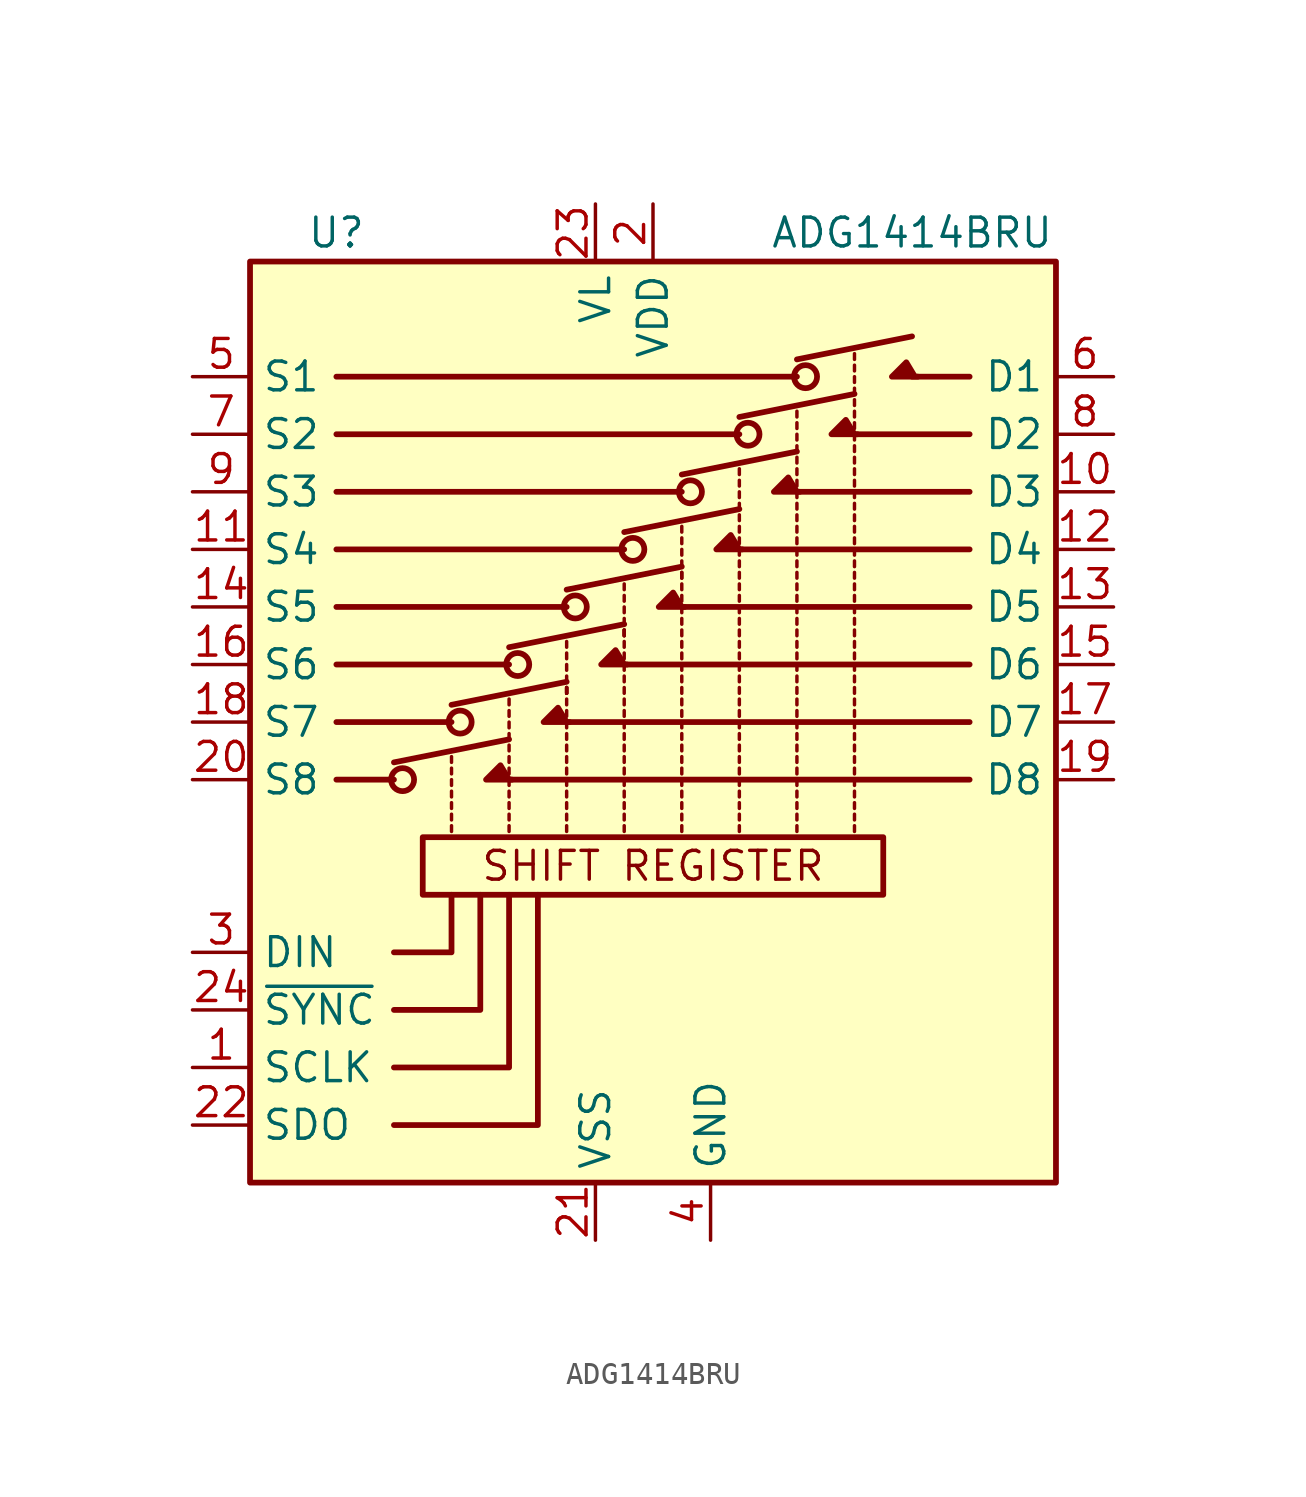
<source format=kicad_sym>
(kicad_symbol_lib
  (version 20201005)
  (generator kicad_symbol_editor)
  (symbol "Analog_Switch:ADG1414BRU"
    (property "Reference" "U"
      (at -13.97 21.59 0)
      (effects (font (size 1.27 1.27))))
    (property "Value" "ADG1414BRU"
      (at 11.43 21.59 0)
      (effects (font (size 1.27 1.27))))
    (symbol "ADG1414BRU_1_0"
      (text "SHIFT REGISTER" (at 0 -6.35 0) (effects (font (size 1.27 1.27))))
      (polyline (pts (xy -11.43 -17.78) (xy -5.08 -17.78) (xy -5.08 -7.62)) (stroke (width 0.254)) (fill (type none)))
      (polyline (pts (xy -11.43 -15.24) (xy -6.35 -15.24) (xy -6.35 -7.62)) (stroke (width 0.254)) (fill (type none)))
      (polyline (pts (xy -11.43 -10.16) (xy -8.89 -10.16) (xy -8.89 -7.62)) (stroke (width 0.254)) (fill (type none)))
      (polyline (pts (xy -11.43 -12.7) (xy -7.62 -12.7) (xy -7.62 -10.16) (xy -7.62 -7.62)) (stroke (width 0.254)) (fill (type none)))
      (polyline (pts (xy -6.223 -2.54) (xy -7.366 -2.54) (xy -6.731 -1.905) (xy -6.35 -2.54)) (stroke (width 0.254)) (fill (type outline)))
      (polyline (pts (xy -3.683 0) (xy -4.826 0) (xy -4.191 0.635) (xy -3.81 0)) (stroke (width 0.254)) (fill (type outline)))
      (polyline (pts (xy -1.143 2.54) (xy -2.286 2.54) (xy -1.651 3.175) (xy -1.27 2.54)) (stroke (width 0.254)) (fill (type outline)))
      (polyline (pts (xy 1.397 5.08) (xy 0.254 5.08) (xy 0.889 5.715) (xy 1.27 5.08)) (stroke (width 0.254)) (fill (type outline)))
      (polyline (pts (xy 3.937 7.62) (xy 2.794 7.62) (xy 3.429 8.255) (xy 3.81 7.62)) (stroke (width 0.254)) (fill (type outline)))
      (polyline (pts (xy 6.477 10.16) (xy 5.334 10.16) (xy 5.969 10.795) (xy 6.35 10.16)) (stroke (width 0.254)) (fill (type outline)))
      (polyline (pts (xy 9.017 12.7) (xy 7.874 12.7) (xy 8.509 13.335) (xy 8.89 12.7)) (stroke (width 0.254)) (fill (type outline)))
      (polyline (pts (xy 11.684 15.24) (xy 10.541 15.24) (xy 11.176 15.875) (xy 11.557 15.24)) (stroke (width 0.254)) (fill (type outline))))
    (symbol "ADG1414BRU_1_1"
      (circle (center -11.049 -2.54) (radius 0.508) (stroke (width 0.254)) (fill (type none)))
      (circle (center -8.509 0) (radius 0.508) (stroke (width 0.254)) (fill (type none)))
      (circle (center -5.969 2.54) (radius 0.508) (stroke (width 0.254)) (fill (type none)))
      (circle (center -3.429 5.08) (radius 0.508) (stroke (width 0.254)) (fill (type none)))
      (circle (center -0.889 7.62) (radius 0.508) (stroke (width 0.254)) (fill (type none)))
      (circle (center 1.651 10.16) (radius 0.508) (stroke (width 0.254)) (fill (type none)))
      (circle (center 4.191 12.7) (radius 0.508) (stroke (width 0.254)) (fill (type none)))
      (circle (center 6.731 15.24) (radius 0.508) (stroke (width 0.254)) (fill (type none)))
      (rectangle (start -17.78 -20.32) (end 17.78 20.32) (stroke (width 0.254)) (fill (type background)))
      (rectangle (start -10.16 -5.08) (end 10.16 -7.62) (stroke (width 0.254)) (fill (type none)))
      (polyline (pts (xy -11.43 -2.54) (xy -13.97 -2.54)) (stroke (width 0.254)) (fill (type none)))
      (polyline (pts (xy -11.43 -1.778) (xy -6.35 -0.762)) (stroke (width 0.254)) (fill (type none)))
      (polyline (pts (xy -8.89 -4.826) (xy -8.89 -4.572)) (stroke (width 0)) (fill (type none)))
      (polyline (pts (xy -8.89 -4.318) (xy -8.89 -4.064)) (stroke (width 0)) (fill (type none)))
      (polyline (pts (xy -8.89 -3.81) (xy -8.89 -3.556)) (stroke (width 0)) (fill (type none)))
      (polyline (pts (xy -8.89 -3.302) (xy -8.89 -3.048)) (stroke (width 0)) (fill (type none)))
      (polyline (pts (xy -8.89 -2.794) (xy -8.89 -2.54)) (stroke (width 0)) (fill (type none)))
      (polyline (pts (xy -8.89 -2.286) (xy -8.89 -2.032)) (stroke (width 0)) (fill (type none)))
      (polyline (pts (xy -8.89 -1.778) (xy -8.89 -1.524)) (stroke (width 0)) (fill (type none)))
      (polyline (pts (xy -8.89 0) (xy -13.97 0)) (stroke (width 0.254)) (fill (type none)))
      (polyline (pts (xy -8.89 0.762) (xy -3.81 1.778)) (stroke (width 0.254)) (fill (type none)))
      (polyline (pts (xy -6.35 -4.826) (xy -6.35 -4.572)) (stroke (width 0)) (fill (type none)))
      (polyline (pts (xy -6.35 -4.318) (xy -6.35 -4.064)) (stroke (width 0)) (fill (type none)))
      (polyline (pts (xy -6.35 -3.81) (xy -6.35 -3.556)) (stroke (width 0)) (fill (type none)))
      (polyline (pts (xy -6.35 -3.302) (xy -6.35 -3.048)) (stroke (width 0)) (fill (type none)))
      (polyline (pts (xy -6.35 -2.794) (xy -6.35 -2.54)) (stroke (width 0)) (fill (type none)))
      (polyline (pts (xy -6.35 -2.54) (xy 13.97 -2.54)) (stroke (width 0.254)) (fill (type none)))
      (polyline (pts (xy -6.35 -2.286) (xy -6.35 -2.032)) (stroke (width 0)) (fill (type none)))
      (polyline (pts (xy -6.35 -1.778) (xy -6.35 -1.524)) (stroke (width 0)) (fill (type none)))
      (polyline (pts (xy -6.35 -1.27) (xy -6.35 -1.016)) (stroke (width 0)) (fill (type none)))
      (polyline (pts (xy -6.35 -0.762) (xy -6.35 -0.508)) (stroke (width 0)) (fill (type none)))
      (polyline (pts (xy -6.35 -0.254) (xy -6.35 0)) (stroke (width 0)) (fill (type none)))
      (polyline (pts (xy -6.35 0.254) (xy -6.35 0.508)) (stroke (width 0)) (fill (type none)))
      (polyline (pts (xy -6.35 0.762) (xy -6.35 1.016)) (stroke (width 0)) (fill (type none)))
      (polyline (pts (xy -6.35 2.54) (xy -13.97 2.54)) (stroke (width 0.254)) (fill (type none)))
      (polyline (pts (xy -6.35 3.302) (xy -1.27 4.318)) (stroke (width 0.254)) (fill (type none)))
      (polyline (pts (xy -3.81 -4.826) (xy -3.81 -4.572)) (stroke (width 0)) (fill (type none)))
      (polyline (pts (xy -3.81 -4.318) (xy -3.81 -4.064)) (stroke (width 0)) (fill (type none)))
      (polyline (pts (xy -3.81 -3.81) (xy -3.81 -3.556)) (stroke (width 0)) (fill (type none)))
      (polyline (pts (xy -3.81 -3.302) (xy -3.81 -3.048)) (stroke (width 0)) (fill (type none)))
      (polyline (pts (xy -3.81 -2.794) (xy -3.81 -2.54)) (stroke (width 0)) (fill (type none)))
      (polyline (pts (xy -3.81 -2.286) (xy -3.81 -2.032)) (stroke (width 0)) (fill (type none)))
      (polyline (pts (xy -3.81 -1.778) (xy -3.81 -1.524)) (stroke (width 0)) (fill (type none)))
      (polyline (pts (xy -3.81 -1.27) (xy -3.81 -1.016)) (stroke (width 0)) (fill (type none)))
      (polyline (pts (xy -3.81 -0.762) (xy -3.81 -0.508)) (stroke (width 0)) (fill (type none)))
      (polyline (pts (xy -3.81 -0.254) (xy -3.81 0)) (stroke (width 0)) (fill (type none)))
      (polyline (pts (xy -3.81 0) (xy 13.97 0)) (stroke (width 0.254)) (fill (type none)))
      (polyline (pts (xy -3.81 0.254) (xy -3.81 0.508)) (stroke (width 0)) (fill (type none)))
      (polyline (pts (xy -3.81 0.762) (xy -3.81 1.016)) (stroke (width 0)) (fill (type none)))
      (polyline (pts (xy -3.81 1.27) (xy -3.81 1.524)) (stroke (width 0)) (fill (type none)))
      (polyline (pts (xy -3.81 1.27) (xy -3.81 1.524)) (stroke (width 0)) (fill (type none)))
      (polyline (pts (xy -3.81 1.27) (xy -3.81 1.524)) (stroke (width 0)) (fill (type none)))
      (polyline (pts (xy -3.81 1.27) (xy -3.81 1.524)) (stroke (width 0)) (fill (type none)))
      (polyline (pts (xy -3.81 1.778) (xy -3.81 2.032)) (stroke (width 0)) (fill (type none)))
      (polyline (pts (xy -3.81 2.286) (xy -3.81 2.54)) (stroke (width 0)) (fill (type none)))
      (polyline (pts (xy -3.81 2.794) (xy -3.81 3.048)) (stroke (width 0)) (fill (type none)))
      (polyline (pts (xy -3.81 3.302) (xy -3.81 3.556)) (stroke (width 0)) (fill (type none)))
      (polyline (pts (xy -3.81 5.08) (xy -13.97 5.08)) (stroke (width 0.254)) (fill (type none)))
      (polyline (pts (xy -3.81 5.842) (xy 1.27 6.858)) (stroke (width 0.254)) (fill (type none)))
      (polyline (pts (xy -1.27 -4.826) (xy -1.27 -4.572)) (stroke (width 0)) (fill (type none)))
      (polyline (pts (xy -1.27 -4.318) (xy -1.27 -4.064)) (stroke (width 0)) (fill (type none)))
      (polyline (pts (xy -1.27 -3.81) (xy -1.27 -3.556)) (stroke (width 0)) (fill (type none)))
      (polyline (pts (xy -1.27 -3.302) (xy -1.27 -3.048)) (stroke (width 0)) (fill (type none)))
      (polyline (pts (xy -1.27 -2.794) (xy -1.27 -2.54)) (stroke (width 0)) (fill (type none)))
      (polyline (pts (xy -1.27 -2.286) (xy -1.27 -2.032)) (stroke (width 0)) (fill (type none)))
      (polyline (pts (xy -1.27 -1.778) (xy -1.27 -1.524)) (stroke (width 0)) (fill (type none)))
      (polyline (pts (xy -1.27 -1.27) (xy -1.27 -1.016)) (stroke (width 0)) (fill (type none)))
      (polyline (pts (xy -1.27 -0.762) (xy -1.27 -0.508)) (stroke (width 0)) (fill (type none)))
      (polyline (pts (xy -1.27 -0.254) (xy -1.27 0)) (stroke (width 0)) (fill (type none)))
      (polyline (pts (xy -1.27 0.254) (xy -1.27 0.508)) (stroke (width 0)) (fill (type none)))
      (polyline (pts (xy -1.27 0.762) (xy -1.27 1.016)) (stroke (width 0)) (fill (type none)))
      (polyline (pts (xy -1.27 1.27) (xy -1.27 1.524)) (stroke (width 0)) (fill (type none)))
      (polyline (pts (xy -1.27 1.778) (xy -1.27 2.032)) (stroke (width 0)) (fill (type none)))
      (polyline (pts (xy -1.27 2.286) (xy -1.27 2.54)) (stroke (width 0)) (fill (type none)))
      (polyline (pts (xy -1.27 2.54) (xy 13.97 2.54)) (stroke (width 0.254)) (fill (type none)))
      (polyline (pts (xy -1.27 2.794) (xy -1.27 3.048)) (stroke (width 0)) (fill (type none)))
      (polyline (pts (xy -1.27 3.302) (xy -1.27 3.556)) (stroke (width 0)) (fill (type none)))
      (polyline (pts (xy -1.27 3.81) (xy -1.27 4.064)) (stroke (width 0)) (fill (type none)))
      (polyline (pts (xy -1.27 3.81) (xy -1.27 4.064)) (stroke (width 0)) (fill (type none)))
      (polyline (pts (xy -1.27 3.81) (xy -1.27 4.064)) (stroke (width 0)) (fill (type none)))
      (polyline (pts (xy -1.27 4.318) (xy -1.27 4.572)) (stroke (width 0)) (fill (type none)))
      (polyline (pts (xy -1.27 4.826) (xy -1.27 5.08)) (stroke (width 0)) (fill (type none)))
      (polyline (pts (xy -1.27 5.334) (xy -1.27 5.588)) (stroke (width 0)) (fill (type none)))
      (polyline (pts (xy -1.27 5.842) (xy -1.27 6.096)) (stroke (width 0)) (fill (type none)))
      (polyline (pts (xy -1.27 7.62) (xy -13.97 7.62)) (stroke (width 0.254)) (fill (type none)))
      (polyline (pts (xy -1.27 8.382) (xy 3.81 9.398)) (stroke (width 0.254)) (fill (type none)))
      (polyline (pts (xy 1.27 -4.826) (xy 1.27 -4.572)) (stroke (width 0)) (fill (type none)))
      (polyline (pts (xy 1.27 -4.318) (xy 1.27 -4.064)) (stroke (width 0)) (fill (type none)))
      (polyline (pts (xy 1.27 -3.81) (xy 1.27 -3.556)) (stroke (width 0)) (fill (type none)))
      (polyline (pts (xy 1.27 -3.302) (xy 1.27 -3.048)) (stroke (width 0)) (fill (type none)))
      (polyline (pts (xy 1.27 -2.794) (xy 1.27 -2.54)) (stroke (width 0)) (fill (type none)))
      (polyline (pts (xy 1.27 -2.286) (xy 1.27 -2.032)) (stroke (width 0)) (fill (type none)))
      (polyline (pts (xy 1.27 -1.778) (xy 1.27 -1.524)) (stroke (width 0)) (fill (type none)))
      (polyline (pts (xy 1.27 -1.27) (xy 1.27 -1.016)) (stroke (width 0)) (fill (type none)))
      (polyline (pts (xy 1.27 -0.762) (xy 1.27 -0.508)) (stroke (width 0)) (fill (type none)))
      (polyline (pts (xy 1.27 -0.254) (xy 1.27 0)) (stroke (width 0)) (fill (type none)))
      (polyline (pts (xy 1.27 0.254) (xy 1.27 0.508)) (stroke (width 0)) (fill (type none)))
      (polyline (pts (xy 1.27 0.762) (xy 1.27 1.016)) (stroke (width 0)) (fill (type none)))
      (polyline (pts (xy 1.27 1.27) (xy 1.27 1.524)) (stroke (width 0)) (fill (type none)))
      (polyline (pts (xy 1.27 1.778) (xy 1.27 2.032)) (stroke (width 0)) (fill (type none)))
      (polyline (pts (xy 1.27 2.286) (xy 1.27 2.54)) (stroke (width 0)) (fill (type none)))
      (polyline (pts (xy 1.27 2.794) (xy 1.27 3.048)) (stroke (width 0)) (fill (type none)))
      (polyline (pts (xy 1.27 3.302) (xy 1.27 3.556)) (stroke (width 0)) (fill (type none)))
      (polyline (pts (xy 1.27 3.81) (xy 1.27 4.064)) (stroke (width 0)) (fill (type none)))
      (polyline (pts (xy 1.27 4.318) (xy 1.27 4.572)) (stroke (width 0)) (fill (type none)))
      (polyline (pts (xy 1.27 4.826) (xy 1.27 5.08)) (stroke (width 0)) (fill (type none)))
      (polyline (pts (xy 1.27 5.08) (xy 13.97 5.08)) (stroke (width 0.254)) (fill (type none)))
      (polyline (pts (xy 1.27 5.334) (xy 1.27 5.588)) (stroke (width 0)) (fill (type none)))
      (polyline (pts (xy 1.27 5.842) (xy 1.27 6.096)) (stroke (width 0)) (fill (type none)))
      (polyline (pts (xy 1.27 6.35) (xy 1.27 6.604)) (stroke (width 0)) (fill (type none)))
      (polyline (pts (xy 1.27 6.35) (xy 1.27 6.604)) (stroke (width 0)) (fill (type none)))
      (polyline (pts (xy 1.27 6.858) (xy 1.27 7.112)) (stroke (width 0)) (fill (type none)))
      (polyline (pts (xy 1.27 7.366) (xy 1.27 7.62)) (stroke (width 0)) (fill (type none)))
      (polyline (pts (xy 1.27 7.874) (xy 1.27 8.128)) (stroke (width 0)) (fill (type none)))
      (polyline (pts (xy 1.27 8.382) (xy 1.27 8.636)) (stroke (width 0)) (fill (type none)))
      (polyline (pts (xy 1.27 10.16) (xy -13.97 10.16)) (stroke (width 0.254)) (fill (type none)))
      (polyline (pts (xy 1.27 10.922) (xy 6.35 11.938)) (stroke (width 0.254)) (fill (type none)))
      (polyline (pts (xy 3.81 -4.826) (xy 3.81 -4.572)) (stroke (width 0)) (fill (type none)))
      (polyline (pts (xy 3.81 -4.318) (xy 3.81 -4.064)) (stroke (width 0)) (fill (type none)))
      (polyline (pts (xy 3.81 -3.81) (xy 3.81 -3.556)) (stroke (width 0)) (fill (type none)))
      (polyline (pts (xy 3.81 -3.302) (xy 3.81 -3.048)) (stroke (width 0)) (fill (type none)))
      (polyline (pts (xy 3.81 -2.794) (xy 3.81 -2.54)) (stroke (width 0)) (fill (type none)))
      (polyline (pts (xy 3.81 -2.286) (xy 3.81 -2.032)) (stroke (width 0)) (fill (type none)))
      (polyline (pts (xy 3.81 -1.778) (xy 3.81 -1.524)) (stroke (width 0)) (fill (type none)))
      (polyline (pts (xy 3.81 -1.27) (xy 3.81 -1.016)) (stroke (width 0)) (fill (type none)))
      (polyline (pts (xy 3.81 -0.762) (xy 3.81 -0.508)) (stroke (width 0)) (fill (type none)))
      (polyline (pts (xy 3.81 -0.254) (xy 3.81 0)) (stroke (width 0)) (fill (type none)))
      (polyline (pts (xy 3.81 0.254) (xy 3.81 0.508)) (stroke (width 0)) (fill (type none)))
      (polyline (pts (xy 3.81 0.762) (xy 3.81 1.016)) (stroke (width 0)) (fill (type none)))
      (polyline (pts (xy 3.81 1.27) (xy 3.81 1.524)) (stroke (width 0)) (fill (type none)))
      (polyline (pts (xy 3.81 1.778) (xy 3.81 2.032)) (stroke (width 0)) (fill (type none)))
      (polyline (pts (xy 3.81 2.286) (xy 3.81 2.54)) (stroke (width 0)) (fill (type none)))
      (polyline (pts (xy 3.81 2.794) (xy 3.81 3.048)) (stroke (width 0)) (fill (type none)))
      (polyline (pts (xy 3.81 3.302) (xy 3.81 3.556)) (stroke (width 0)) (fill (type none)))
      (polyline (pts (xy 3.81 3.81) (xy 3.81 4.064)) (stroke (width 0)) (fill (type none)))
      (polyline (pts (xy 3.81 4.318) (xy 3.81 4.572)) (stroke (width 0)) (fill (type none)))
      (polyline (pts (xy 3.81 4.826) (xy 3.81 5.08)) (stroke (width 0)) (fill (type none)))
      (polyline (pts (xy 3.81 5.334) (xy 3.81 5.588)) (stroke (width 0)) (fill (type none)))
      (polyline (pts (xy 3.81 5.842) (xy 3.81 6.096)) (stroke (width 0)) (fill (type none)))
      (polyline (pts (xy 3.81 6.35) (xy 3.81 6.604)) (stroke (width 0)) (fill (type none)))
      (polyline (pts (xy 3.81 6.858) (xy 3.81 7.112)) (stroke (width 0)) (fill (type none)))
      (polyline (pts (xy 3.81 7.366) (xy 3.81 7.62)) (stroke (width 0)) (fill (type none)))
      (polyline (pts (xy 3.81 7.62) (xy 13.97 7.62)) (stroke (width 0.254)) (fill (type none)))
      (polyline (pts (xy 3.81 7.874) (xy 3.81 8.128)) (stroke (width 0)) (fill (type none)))
      (polyline (pts (xy 3.81 8.382) (xy 3.81 8.636)) (stroke (width 0)) (fill (type none)))
      (polyline (pts (xy 3.81 8.89) (xy 3.81 9.144)) (stroke (width 0)) (fill (type none)))
      (polyline (pts (xy 3.81 9.398) (xy 3.81 9.652)) (stroke (width 0)) (fill (type none)))
      (polyline (pts (xy 3.81 9.906) (xy 3.81 10.16)) (stroke (width 0)) (fill (type none)))
      (polyline (pts (xy 3.81 10.414) (xy 3.81 10.668)) (stroke (width 0)) (fill (type none)))
      (polyline (pts (xy 3.81 10.922) (xy 3.81 11.176)) (stroke (width 0)) (fill (type none)))
      (polyline (pts (xy 3.81 12.7) (xy -13.97 12.7)) (stroke (width 0.254)) (fill (type none)))
      (polyline (pts (xy 3.81 13.462) (xy 8.89 14.478)) (stroke (width 0.254)) (fill (type none)))
      (polyline (pts (xy 6.35 -4.826) (xy 6.35 -4.572)) (stroke (width 0)) (fill (type none)))
      (polyline (pts (xy 6.35 -4.318) (xy 6.35 -4.064)) (stroke (width 0)) (fill (type none)))
      (polyline (pts (xy 6.35 -3.81) (xy 6.35 -3.556)) (stroke (width 0)) (fill (type none)))
      (polyline (pts (xy 6.35 -3.302) (xy 6.35 -3.048)) (stroke (width 0)) (fill (type none)))
      (polyline (pts (xy 6.35 -2.794) (xy 6.35 -2.54)) (stroke (width 0)) (fill (type none)))
      (polyline (pts (xy 6.35 -2.286) (xy 6.35 -2.032)) (stroke (width 0)) (fill (type none)))
      (polyline (pts (xy 6.35 -1.778) (xy 6.35 -1.524)) (stroke (width 0)) (fill (type none)))
      (polyline (pts (xy 6.35 -1.27) (xy 6.35 -1.016)) (stroke (width 0)) (fill (type none)))
      (polyline (pts (xy 6.35 -0.762) (xy 6.35 -0.508)) (stroke (width 0)) (fill (type none)))
      (polyline (pts (xy 6.35 -0.254) (xy 6.35 0)) (stroke (width 0)) (fill (type none)))
      (polyline (pts (xy 6.35 0.254) (xy 6.35 0.508)) (stroke (width 0)) (fill (type none)))
      (polyline (pts (xy 6.35 0.762) (xy 6.35 1.016)) (stroke (width 0)) (fill (type none)))
      (polyline (pts (xy 6.35 1.27) (xy 6.35 1.524)) (stroke (width 0)) (fill (type none)))
      (polyline (pts (xy 6.35 1.778) (xy 6.35 2.032)) (stroke (width 0)) (fill (type none)))
      (polyline (pts (xy 6.35 2.286) (xy 6.35 2.54)) (stroke (width 0)) (fill (type none)))
      (polyline (pts (xy 6.35 2.794) (xy 6.35 3.048)) (stroke (width 0)) (fill (type none)))
      (polyline (pts (xy 6.35 3.302) (xy 6.35 3.556)) (stroke (width 0)) (fill (type none)))
      (polyline (pts (xy 6.35 3.81) (xy 6.35 4.064)) (stroke (width 0)) (fill (type none)))
      (polyline (pts (xy 6.35 4.318) (xy 6.35 4.572)) (stroke (width 0)) (fill (type none)))
      (polyline (pts (xy 6.35 4.826) (xy 6.35 5.08)) (stroke (width 0)) (fill (type none)))
      (polyline (pts (xy 6.35 5.334) (xy 6.35 5.588)) (stroke (width 0)) (fill (type none)))
      (polyline (pts (xy 6.35 5.842) (xy 6.35 6.096)) (stroke (width 0)) (fill (type none)))
      (polyline (pts (xy 6.35 6.35) (xy 6.35 6.604)) (stroke (width 0)) (fill (type none)))
      (polyline (pts (xy 6.35 6.858) (xy 6.35 7.112)) (stroke (width 0)) (fill (type none)))
      (polyline (pts (xy 6.35 7.366) (xy 6.35 7.62)) (stroke (width 0)) (fill (type none)))
      (polyline (pts (xy 6.35 7.874) (xy 6.35 8.128)) (stroke (width 0)) (fill (type none)))
      (polyline (pts (xy 6.35 8.382) (xy 6.35 8.636)) (stroke (width 0)) (fill (type none)))
      (polyline (pts (xy 6.35 8.89) (xy 6.35 9.144)) (stroke (width 0)) (fill (type none)))
      (polyline (pts (xy 6.35 9.398) (xy 6.35 9.652)) (stroke (width 0)) (fill (type none)))
      (polyline (pts (xy 6.35 9.906) (xy 6.35 10.16)) (stroke (width 0)) (fill (type none)))
      (polyline (pts (xy 6.35 10.16) (xy 13.97 10.16)) (stroke (width 0.254)) (fill (type none)))
      (polyline (pts (xy 6.35 10.414) (xy 6.35 10.668)) (stroke (width 0)) (fill (type none)))
      (polyline (pts (xy 6.35 10.922) (xy 6.35 11.176)) (stroke (width 0)) (fill (type none)))
      (polyline (pts (xy 6.35 11.43) (xy 6.35 11.684)) (stroke (width 0)) (fill (type none)))
      (polyline (pts (xy 6.35 11.938) (xy 6.35 12.192)) (stroke (width 0)) (fill (type none)))
      (polyline (pts (xy 6.35 12.446) (xy 6.35 12.7)) (stroke (width 0)) (fill (type none)))
      (polyline (pts (xy 6.35 12.954) (xy 6.35 13.208)) (stroke (width 0)) (fill (type none)))
      (polyline (pts (xy 6.35 13.462) (xy 6.35 13.716)) (stroke (width 0)) (fill (type none)))
      (polyline (pts (xy 6.35 15.24) (xy -13.97 15.24)) (stroke (width 0.254)) (fill (type none)))
      (polyline (pts (xy 6.35 16.002) (xy 11.43 17.018)) (stroke (width 0.254)) (fill (type none)))
      (polyline (pts (xy 8.89 -4.826) (xy 8.89 -4.572)) (stroke (width 0)) (fill (type none)))
      (polyline (pts (xy 8.89 -4.318) (xy 8.89 -4.064)) (stroke (width 0)) (fill (type none)))
      (polyline (pts (xy 8.89 -3.81) (xy 8.89 -3.556)) (stroke (width 0)) (fill (type none)))
      (polyline (pts (xy 8.89 -3.302) (xy 8.89 -3.048)) (stroke (width 0)) (fill (type none)))
      (polyline (pts (xy 8.89 -2.794) (xy 8.89 -2.54)) (stroke (width 0)) (fill (type none)))
      (polyline (pts (xy 8.89 -2.286) (xy 8.89 -2.032)) (stroke (width 0)) (fill (type none)))
      (polyline (pts (xy 8.89 -1.778) (xy 8.89 -1.524)) (stroke (width 0)) (fill (type none)))
      (polyline (pts (xy 8.89 -1.27) (xy 8.89 -1.016)) (stroke (width 0)) (fill (type none)))
      (polyline (pts (xy 8.89 -0.762) (xy 8.89 -0.508)) (stroke (width 0)) (fill (type none)))
      (polyline (pts (xy 8.89 -0.254) (xy 8.89 0)) (stroke (width 0)) (fill (type none)))
      (polyline (pts (xy 8.89 0.254) (xy 8.89 0.508)) (stroke (width 0)) (fill (type none)))
      (polyline (pts (xy 8.89 0.762) (xy 8.89 1.016)) (stroke (width 0)) (fill (type none)))
      (polyline (pts (xy 8.89 1.27) (xy 8.89 1.524)) (stroke (width 0)) (fill (type none)))
      (polyline (pts (xy 8.89 1.778) (xy 8.89 2.032)) (stroke (width 0)) (fill (type none)))
      (polyline (pts (xy 8.89 2.286) (xy 8.89 2.54)) (stroke (width 0)) (fill (type none)))
      (polyline (pts (xy 8.89 2.794) (xy 8.89 3.048)) (stroke (width 0)) (fill (type none)))
      (polyline (pts (xy 8.89 3.302) (xy 8.89 3.556)) (stroke (width 0)) (fill (type none)))
      (polyline (pts (xy 8.89 3.81) (xy 8.89 4.064)) (stroke (width 0)) (fill (type none)))
      (polyline (pts (xy 8.89 4.318) (xy 8.89 4.572)) (stroke (width 0)) (fill (type none)))
      (polyline (pts (xy 8.89 4.826) (xy 8.89 5.08)) (stroke (width 0)) (fill (type none)))
      (polyline (pts (xy 8.89 5.334) (xy 8.89 5.588)) (stroke (width 0)) (fill (type none)))
      (polyline (pts (xy 8.89 5.842) (xy 8.89 6.096)) (stroke (width 0)) (fill (type none)))
      (polyline (pts (xy 8.89 6.35) (xy 8.89 6.604)) (stroke (width 0)) (fill (type none)))
      (polyline (pts (xy 8.89 6.858) (xy 8.89 7.112)) (stroke (width 0)) (fill (type none)))
      (polyline (pts (xy 8.89 7.366) (xy 8.89 7.62)) (stroke (width 0)) (fill (type none)))
      (polyline (pts (xy 8.89 7.874) (xy 8.89 8.128)) (stroke (width 0)) (fill (type none)))
      (polyline (pts (xy 8.89 8.382) (xy 8.89 8.636)) (stroke (width 0)) (fill (type none)))
      (polyline (pts (xy 8.89 8.89) (xy 8.89 9.144)) (stroke (width 0)) (fill (type none)))
      (polyline (pts (xy 8.89 9.398) (xy 8.89 9.652)) (stroke (width 0)) (fill (type none)))
      (polyline (pts (xy 8.89 9.906) (xy 8.89 10.16)) (stroke (width 0)) (fill (type none)))
      (polyline (pts (xy 8.89 10.414) (xy 8.89 10.668)) (stroke (width 0)) (fill (type none)))
      (polyline (pts (xy 8.89 10.922) (xy 8.89 11.176)) (stroke (width 0)) (fill (type none)))
      (polyline (pts (xy 8.89 11.43) (xy 8.89 11.684)) (stroke (width 0)) (fill (type none)))
      (polyline (pts (xy 8.89 11.938) (xy 8.89 12.192)) (stroke (width 0)) (fill (type none)))
      (polyline (pts (xy 8.89 12.446) (xy 8.89 12.7)) (stroke (width 0)) (fill (type none)))
      (polyline (pts (xy 8.89 12.7) (xy 13.97 12.7)) (stroke (width 0.254)) (fill (type none)))
      (polyline (pts (xy 8.89 12.954) (xy 8.89 13.208)) (stroke (width 0)) (fill (type none)))
      (polyline (pts (xy 8.89 13.462) (xy 8.89 13.716)) (stroke (width 0)) (fill (type none)))
      (polyline (pts (xy 8.89 13.97) (xy 8.89 14.224)) (stroke (width 0)) (fill (type none)))
      (polyline (pts (xy 8.89 14.478) (xy 8.89 14.732)) (stroke (width 0)) (fill (type none)))
      (polyline (pts (xy 8.89 14.986) (xy 8.89 15.24)) (stroke (width 0)) (fill (type none)))
      (polyline (pts (xy 8.89 15.494) (xy 8.89 15.748)) (stroke (width 0)) (fill (type none)))
      (polyline (pts (xy 8.89 16.002) (xy 8.89 16.256)) (stroke (width 0)) (fill (type none)))
      (polyline (pts (xy 11.43 15.24) (xy 13.97 15.24)) (stroke (width 0.254)) (fill (type none)))
      (pin input line (at -20.32 -15.24 0) (length 2.54) (name "SCLK" (effects (font (size 1.27 1.27)))) (number "1" (effects (font (size 1.27 1.27)))))
      (pin passive line (at 20.32 10.16 180) (length 2.54) (name "D3" (effects (font (size 1.27 1.27)))) (number "10" (effects (font (size 1.27 1.27)))))
      (pin passive line (at -20.32 7.62 0) (length 2.54) (name "S4" (effects (font (size 1.27 1.27)))) (number "11" (effects (font (size 1.27 1.27)))))
      (pin passive line (at 20.32 7.62 180) (length 2.54) (name "D4" (effects (font (size 1.27 1.27)))) (number "12" (effects (font (size 1.27 1.27)))))
      (pin passive line (at 20.32 5.08 180) (length 2.54) (name "D5" (effects (font (size 1.27 1.27)))) (number "13" (effects (font (size 1.27 1.27)))))
      (pin passive line (at -20.32 5.08 0) (length 2.54) (name "S5" (effects (font (size 1.27 1.27)))) (number "14" (effects (font (size 1.27 1.27)))))
      (pin passive line (at 20.32 2.54 180) (length 2.54) (name "D6" (effects (font (size 1.27 1.27)))) (number "15" (effects (font (size 1.27 1.27)))))
      (pin passive line (at -20.32 2.54 0) (length 2.54) (name "S6" (effects (font (size 1.27 1.27)))) (number "16" (effects (font (size 1.27 1.27)))))
      (pin passive line (at 20.32 0 180) (length 2.54) (name "D7" (effects (font (size 1.27 1.27)))) (number "17" (effects (font (size 1.27 1.27)))))
      (pin passive line (at -20.32 0 0) (length 2.54) (name "S7" (effects (font (size 1.27 1.27)))) (number "18" (effects (font (size 1.27 1.27)))))
      (pin passive line (at 20.32 -2.54 180) (length 2.54) (name "D8" (effects (font (size 1.27 1.27)))) (number "19" (effects (font (size 1.27 1.27)))))
      (pin power_in line (at 0 22.86 270) (length 2.54) (name "VDD" (effects (font (size 1.27 1.27)))) (number "2" (effects (font (size 1.27 1.27)))))
      (pin passive line (at -20.32 -2.54 0) (length 2.54) (name "S8" (effects (font (size 1.27 1.27)))) (number "20" (effects (font (size 1.27 1.27)))))
      (pin power_in line (at -2.54 -22.86 90) (length 2.54) (name "VSS" (effects (font (size 1.27 1.27)))) (number "21" (effects (font (size 1.27 1.27)))))
      (pin open_collector line (at -20.32 -17.78 0) (length 2.54) (name "SDO" (effects (font (size 1.27 1.27)))) (number "22" (effects (font (size 1.27 1.27)))))
      (pin power_in line (at -2.54 22.86 270) (length 2.54) (name "VL" (effects (font (size 1.27 1.27)))) (number "23" (effects (font (size 1.27 1.27)))))
      (pin input line (at -20.32 -12.7 0) (length 2.54) (name "~SYNC" (effects (font (size 1.27 1.27)))) (number "24" (effects (font (size 1.27 1.27)))))
      (pin input line (at -20.32 -10.16 0) (length 2.54) (name "DIN" (effects (font (size 1.27 1.27)))) (number "3" (effects (font (size 1.27 1.27)))))
      (pin power_in line (at 2.54 -22.86 90) (length 2.54) (name "GND" (effects (font (size 1.27 1.27)))) (number "4" (effects (font (size 1.27 1.27)))))
      (pin passive line (at -20.32 15.24 0) (length 2.54) (name "S1" (effects (font (size 1.27 1.27)))) (number "5" (effects (font (size 1.27 1.27)))))
      (pin passive line (at 20.32 15.24 180) (length 2.54) (name "D1" (effects (font (size 1.27 1.27)))) (number "6" (effects (font (size 1.27 1.27)))))
      (pin passive line (at -20.32 12.7 0) (length 2.54) (name "S2" (effects (font (size 1.27 1.27)))) (number "7" (effects (font (size 1.27 1.27)))))
      (pin passive line (at 20.32 12.7 180) (length 2.54) (name "D2" (effects (font (size 1.27 1.27)))) (number "8" (effects (font (size 1.27 1.27)))))
      (pin passive line (at -20.32 10.16 0) (length 2.54) (name "S3" (effects (font (size 1.27 1.27)))) (number "9" (effects (font (size 1.27 1.27))))))))
</source>
